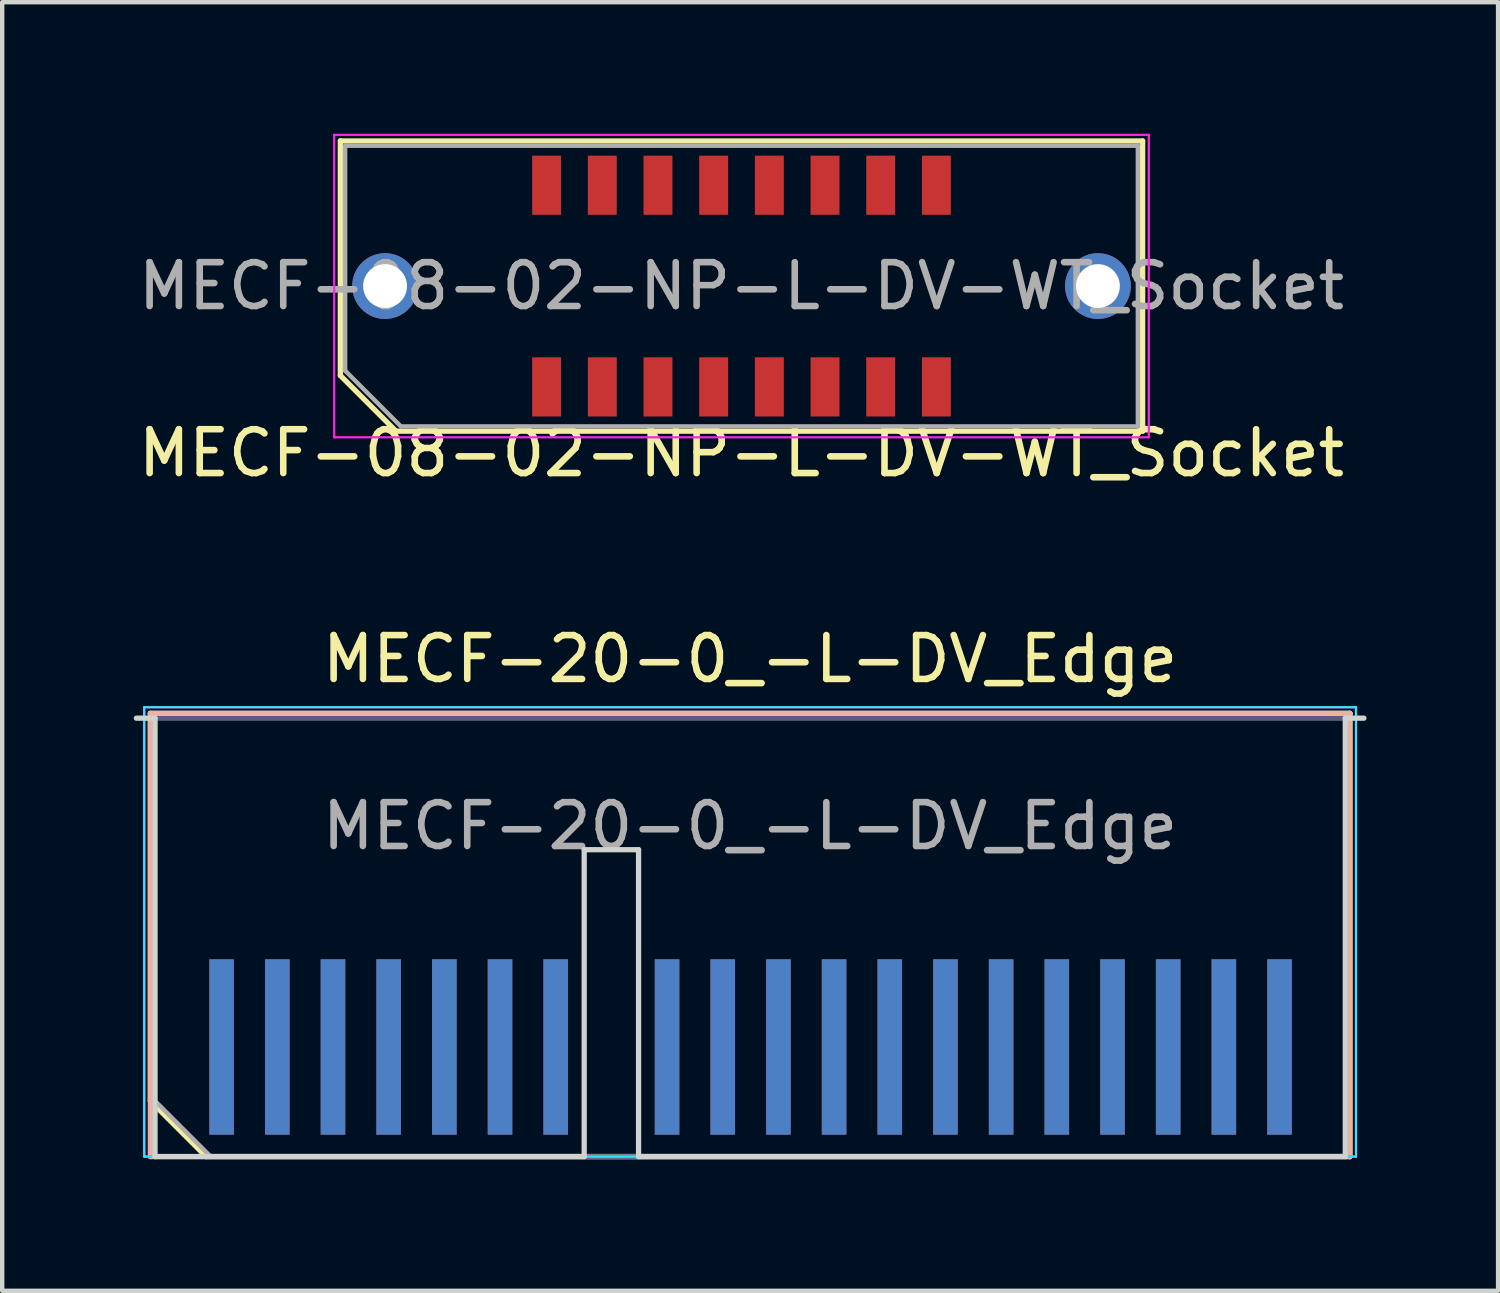
<source format=kicad_pcb>
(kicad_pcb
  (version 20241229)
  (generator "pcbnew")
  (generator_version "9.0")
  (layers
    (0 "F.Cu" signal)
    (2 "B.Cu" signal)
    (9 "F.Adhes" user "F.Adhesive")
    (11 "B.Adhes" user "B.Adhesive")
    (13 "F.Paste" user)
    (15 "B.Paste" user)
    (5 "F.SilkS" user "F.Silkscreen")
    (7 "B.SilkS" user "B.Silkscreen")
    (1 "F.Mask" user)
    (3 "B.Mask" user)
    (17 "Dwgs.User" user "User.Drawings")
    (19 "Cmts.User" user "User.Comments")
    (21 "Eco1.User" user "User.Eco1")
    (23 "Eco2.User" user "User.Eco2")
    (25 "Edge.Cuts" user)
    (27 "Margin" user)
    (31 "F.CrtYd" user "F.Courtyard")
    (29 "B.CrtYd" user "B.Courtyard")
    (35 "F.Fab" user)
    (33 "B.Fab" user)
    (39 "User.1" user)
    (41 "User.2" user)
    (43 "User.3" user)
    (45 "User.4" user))
  (footprint "MECF-08-02-NP-L-DV-WT_Socket"
    (layer "F.Cu")
    (at 13.863 3.475)
    (property "Reference" "MECF-08-02-NP-L-DV-WT_Socket" (at 0 3.81 0) (layer "F.SilkS") (effects (font (size 1 1) (thickness 0.15))))
    (attr smd)
    (fp_line (start -9.15 -3.31) (end 9.15 -3.31) (stroke (width 0.12) (type solid)) (layer "F.SilkS"))
    (fp_line (start -9.15 2.04) (end -9.15 -3.31) (stroke (width 0.12) (type solid)) (layer "F.SilkS"))
    (fp_line (start -7.88 3.31) (end -9.15 2.04) (stroke (width 0.12) (type solid)) (layer "F.SilkS"))
    (fp_line (start -7.88 3.31) (end 9.15 3.31) (stroke (width 0.12) (type solid)) (layer "F.SilkS"))
    (fp_line (start 9.15 3.31) (end 9.15 -3.31) (stroke (width 0.12) (type solid)) (layer "F.SilkS"))
    (fp_line (start -9.29 -3.45) (end -9.29 3.45) (stroke (width 0.05) (type solid)) (layer "F.CrtYd"))
    (fp_line (start -9.29 3.45) (end 9.29 3.45) (stroke (width 0.05) (type solid)) (layer "F.CrtYd"))
    (fp_line (start 9.29 -3.45) (end -9.29 -3.45) (stroke (width 0.05) (type solid)) (layer "F.CrtYd"))
    (fp_line (start 9.29 3.45) (end 9.29 -3.45) (stroke (width 0.05) (type solid)) (layer "F.CrtYd"))
    (fp_line (start -9.04 -3.2) (end 9.04 -3.2) (stroke (width 0.1) (type solid)) (layer "F.Fab"))
    (fp_line (start -9.04 1.93) (end -9.04 -3.2) (stroke (width 0.1) (type solid)) (layer "F.Fab"))
    (fp_line (start -9.04 1.93) (end -7.77 3.2) (stroke (width 0.1) (type solid)) (layer "F.Fab"))
    (fp_line (start -7.77 3.2) (end 9.04 3.2) (stroke (width 0.1) (type solid)) (layer "F.Fab"))
    (fp_line (start 9.04 3.2) (end 9.04 -3.2) (stroke (width 0.1) (type solid)) (layer "F.Fab"))
    (fp_text user "${REFERENCE}" (at 0 0 0) (layer "F.Fab") (effects (font (size 1 1) (thickness 0.15))))
    (pad "" thru_hole circle (at -8.13 0) (size 1.5 1.5) (drill 1) (layers "*.Cu" "*.Mask"))
    (pad "" np_thru_hole circle (at -6.225 0) (size 0.001 0.001) (drill 1.45) (layers "*.Cu" "*.Mask"))
    (pad "" np_thru_hole circle (at 6.225 1) (size 0.001 0.001) (drill 1.45) (layers "*.Cu" "*.Mask"))
    (pad "" thru_hole circle (at 8.13 0) (size 1.5 1.5) (drill 1) (layers "*.Cu" "*.Mask"))
    (pad "1" smd rect (at -4.445 2.3) (size 0.66 1.35) (layers "F.Cu" "F.Mask" "F.Paste"))
    (pad "2" smd rect (at -4.445 -2.3) (size 0.66 1.35) (layers "F.Cu" "F.Mask" "F.Paste"))
    (pad "3" smd rect (at -3.175 2.3) (size 0.66 1.35) (layers "F.Cu" "F.Mask" "F.Paste"))
    (pad "4" smd rect (at -3.175 -2.3) (size 0.66 1.35) (layers "F.Cu" "F.Mask" "F.Paste"))
    (pad "5" smd rect (at -1.905 2.3) (size 0.66 1.35) (layers "F.Cu" "F.Mask" "F.Paste"))
    (pad "6" smd rect (at -1.905 -2.3) (size 0.66 1.35) (layers "F.Cu" "F.Mask" "F.Paste"))
    (pad "7" smd rect (at -0.635 2.3) (size 0.66 1.35) (layers "F.Cu" "F.Mask" "F.Paste"))
    (pad "8" smd rect (at -0.635 -2.3) (size 0.66 1.35) (layers "F.Cu" "F.Mask" "F.Paste"))
    (pad "9" smd rect (at 0.635 2.3) (size 0.66 1.35) (layers "F.Cu" "F.Mask" "F.Paste"))
    (pad "10" smd rect (at 0.635 -2.3) (size 0.66 1.35) (layers "F.Cu" "F.Mask" "F.Paste"))
    (pad "11" smd rect (at 1.905 2.3) (size 0.66 1.35) (layers "F.Cu" "F.Mask" "F.Paste"))
    (pad "12" smd rect (at 1.905 -2.3) (size 0.66 1.35) (layers "F.Cu" "F.Mask" "F.Paste"))
    (pad "13" smd rect (at 3.175 2.3) (size 0.66 1.35) (layers "F.Cu" "F.Mask" "F.Paste"))
    (pad "14" smd rect (at 3.175 -2.3) (size 0.66 1.35) (layers "F.Cu" "F.Mask" "F.Paste"))
    (pad "15" smd rect (at 4.445 2.3) (size 0.66 1.35) (layers "F.Cu" "F.Mask" "F.Paste"))
    (pad "16" smd rect (at 4.445 -2.3) (size 0.66 1.35) (layers "F.Cu" "F.Mask" "F.Paste")))
  (footprint "MECF-20-0_-L-DV_Edge"
    (layer "F.Cu")
    (at 14.06 18.331)
    (property "Reference" "MECF-20-0_-L-DV_Edge" (at 0 -6.35 0) (layer "F.SilkS") (effects (font (size 1 1) (thickness 0.15))))
    (attr exclude_from_pos_files exclude_from_bom)
    (fp_line (start -13.68 -5.11) (end 13.68 -5.11) (stroke (width 0.12) (type solid)) (layer "F.SilkS"))
    (fp_line (start -13.68 3.73) (end -13.68 -5.11) (stroke (width 0.12) (type solid)) (layer "F.SilkS"))
    (fp_line (start -12.41 5) (end -13.68 3.73) (stroke (width 0.12) (type solid)) (layer "F.SilkS"))
    (fp_line (start -12.41 5) (end 13.68 5) (stroke (width 0.12) (type solid)) (layer "F.SilkS"))
    (fp_line (start 13.68 5) (end 13.68 -5.11) (stroke (width 0.12) (type solid)) (layer "F.SilkS"))
    (fp_line (start -13.68 -5.11) (end 13.68 -5.11) (stroke (width 0.12) (type solid)) (layer "B.SilkS"))
    (fp_line (start -13.68 5) (end -13.68 -5.11) (stroke (width 0.12) (type solid)) (layer "B.SilkS"))
    (fp_line (start -13.68 5) (end 13.68 5) (stroke (width 0.12) (type solid)) (layer "B.SilkS"))
    (fp_line (start 13.68 5) (end 13.68 -5.11) (stroke (width 0.12) (type solid)) (layer "B.SilkS"))
    (fp_line (start -14 -5) (end -13.575 -5) (stroke (width 0.12) (type solid)) (layer "Edge.Cuts"))
    (fp_line (start -13.575 5) (end -13.575 -5) (stroke (width 0.12) (type solid)) (layer "Edge.Cuts"))
    (fp_line (start -13.575 5) (end -3.785 5) (stroke (width 0.12) (type solid)) (layer "Edge.Cuts"))
    (fp_line (start -3.785 -2) (end -2.545 -2) (stroke (width 0.12) (type solid)) (layer "Edge.Cuts"))
    (fp_line (start -3.785 5) (end -3.785 -2) (stroke (width 0.12) (type solid)) (layer "Edge.Cuts"))
    (fp_line (start -2.545 5) (end -2.545 -2) (stroke (width 0.12) (type solid)) (layer "Edge.Cuts"))
    (fp_line (start -2.545 5) (end 13.575 5) (stroke (width 0.12) (type solid)) (layer "Edge.Cuts"))
    (fp_line (start 13.575 5) (end 13.575 -5) (stroke (width 0.12) (type solid)) (layer "Edge.Cuts"))
    (fp_line (start 14 -5) (end 13.575 -5) (stroke (width 0.12) (type solid)) (layer "Edge.Cuts"))
    (fp_line (start -13.82 -5.25) (end -13.82 5) (stroke (width 0.05) (type solid)) (layer "B.CrtYd"))
    (fp_line (start -13.82 5) (end 13.82 5) (stroke (width 0.05) (type solid)) (layer "B.CrtYd"))
    (fp_line (start 13.82 -5.25) (end -13.82 -5.25) (stroke (width 0.05) (type solid)) (layer "B.CrtYd"))
    (fp_line (start 13.82 5) (end 13.82 -5.25) (stroke (width 0.05) (type solid)) (layer "B.CrtYd"))
    (fp_line (start -13.82 -5.25) (end -13.82 5) (stroke (width 0.05) (type solid)) (layer "F.CrtYd"))
    (fp_line (start -13.82 5) (end 13.82 5) (stroke (width 0.05) (type solid)) (layer "F.CrtYd"))
    (fp_line (start 13.82 -5.25) (end -13.82 -5.25) (stroke (width 0.05) (type solid)) (layer "F.CrtYd"))
    (fp_line (start 13.82 5) (end 13.82 -5.25) (stroke (width 0.05) (type solid)) (layer "F.CrtYd"))
    (fp_line (start -13.575 -5) (end 13.575 -5) (stroke (width 0.1) (type solid)) (layer "B.Fab"))
    (fp_line (start -13.575 5) (end -13.575 -5) (stroke (width 0.1) (type solid)) (layer "B.Fab"))
    (fp_line (start -13.575 5) (end 13.575 5) (stroke (width 0.1) (type solid)) (layer "B.Fab"))
    (fp_line (start 13.575 5) (end 13.575 -5) (stroke (width 0.1) (type solid)) (layer "B.Fab"))
    (fp_line (start -13.575 -5) (end 13.575 -5) (stroke (width 0.1) (type solid)) (layer "F.Fab"))
    (fp_line (start -13.575 3.73) (end -13.575 -5) (stroke (width 0.1) (type solid)) (layer "F.Fab"))
    (fp_line (start -13.575 3.73) (end -12.305 5) (stroke (width 0.1) (type solid)) (layer "F.Fab"))
    (fp_line (start -12.305 5) (end 13.575 5) (stroke (width 0.1) (type solid)) (layer "F.Fab"))
    (fp_line (start 13.575 5) (end 13.575 -5) (stroke (width 0.1) (type solid)) (layer "F.Fab"))
    (fp_text user "${REFERENCE}" (at 0 -2.54 0) (layer "F.Fab") (effects (font (size 1 1) (thickness 0.15))))
    (pad "1" smd rect (at -12.055 2.5) (size 0.56 4) (layers "F.Cu" "F.Mask" "F.Paste"))
    (pad "2" smd rect (at -12.055 2.5) (size 0.56 4) (layers "B.Cu" "B.Mask" "B.Paste"))
    (pad "3" smd rect (at -10.785 2.5) (size 0.56 4) (layers "F.Cu" "F.Mask" "F.Paste"))
    (pad "4" smd rect (at -10.785 2.5) (size 0.56 4) (layers "B.Cu" "B.Mask" "B.Paste"))
    (pad "5" smd rect (at -9.515 2.5) (size 0.56 4) (layers "F.Cu" "F.Mask" "F.Paste"))
    (pad "6" smd rect (at -9.515 2.5) (size 0.56 4) (layers "B.Cu" "B.Mask" "B.Paste"))
    (pad "7" smd rect (at -8.245 2.5) (size 0.56 4) (layers "F.Cu" "F.Mask" "F.Paste"))
    (pad "8" smd rect (at -8.245 2.5) (size 0.56 4) (layers "B.Cu" "B.Mask" "B.Paste"))
    (pad "9" smd rect (at -6.975 2.5) (size 0.56 4) (layers "F.Cu" "F.Mask" "F.Paste"))
    (pad "10" smd rect (at -6.975 2.5) (size 0.56 4) (layers "B.Cu" "B.Mask" "B.Paste"))
    (pad "11" smd rect (at -5.705 2.5) (size 0.56 4) (layers "F.Cu" "F.Mask" "F.Paste"))
    (pad "12" smd rect (at -5.705 2.5) (size 0.56 4) (layers "B.Cu" "B.Mask" "B.Paste"))
    (pad "13" smd rect (at -4.435 2.5) (size 0.56 4) (layers "F.Cu" "F.Mask" "F.Paste"))
    (pad "14" smd rect (at -4.435 2.5) (size 0.56 4) (layers "B.Cu" "B.Mask" "B.Paste"))
    (pad "17" smd rect (at -1.895 2.5) (size 0.56 4) (layers "F.Cu" "F.Mask" "F.Paste"))
    (pad "18" smd rect (at -1.895 2.5) (size 0.56 4) (layers "B.Cu" "B.Mask" "B.Paste"))
    (pad "19" smd rect (at -0.625 2.5) (size 0.56 4) (layers "F.Cu" "F.Mask" "F.Paste"))
    (pad "20" smd rect (at -0.625 2.5) (size 0.56 4) (layers "B.Cu" "B.Mask" "B.Paste"))
    (pad "21" smd rect (at 0.645 2.5) (size 0.56 4) (layers "F.Cu" "F.Mask" "F.Paste"))
    (pad "22" smd rect (at 0.645 2.5) (size 0.56 4) (layers "B.Cu" "B.Mask" "B.Paste"))
    (pad "23" smd rect (at 1.915 2.5) (size 0.56 4) (layers "F.Cu" "F.Mask" "F.Paste"))
    (pad "24" smd rect (at 1.915 2.5) (size 0.56 4) (layers "B.Cu" "B.Mask" "B.Paste"))
    (pad "25" smd rect (at 3.185 2.5) (size 0.56 4) (layers "F.Cu" "F.Mask" "F.Paste"))
    (pad "26" smd rect (at 3.185 2.5) (size 0.56 4) (layers "B.Cu" "B.Mask" "B.Paste"))
    (pad "27" smd rect (at 4.455 2.5) (size 0.56 4) (layers "F.Cu" "F.Mask" "F.Paste"))
    (pad "28" smd rect (at 4.455 2.5) (size 0.56 4) (layers "B.Cu" "B.Mask" "B.Paste"))
    (pad "29" smd rect (at 5.725 2.5) (size 0.56 4) (layers "F.Cu" "F.Mask" "F.Paste"))
    (pad "30" smd rect (at 5.725 2.5) (size 0.56 4) (layers "B.Cu" "B.Mask" "B.Paste"))
    (pad "31" smd rect (at 6.995 2.5) (size 0.56 4) (layers "F.Cu" "F.Mask" "F.Paste"))
    (pad "32" smd rect (at 6.995 2.5) (size 0.56 4) (layers "B.Cu" "B.Mask" "B.Paste"))
    (pad "33" smd rect (at 8.265 2.5) (size 0.56 4) (layers "F.Cu" "F.Mask" "F.Paste"))
    (pad "34" smd rect (at 8.265 2.5) (size 0.56 4) (layers "B.Cu" "B.Mask" "B.Paste"))
    (pad "35" smd rect (at 9.535 2.5) (size 0.56 4) (layers "F.Cu" "F.Mask" "F.Paste"))
    (pad "36" smd rect (at 9.535 2.5) (size 0.56 4) (layers "B.Cu" "B.Mask" "B.Paste"))
    (pad "37" smd rect (at 10.805 2.5) (size 0.56 4) (layers "F.Cu" "F.Mask" "F.Paste"))
    (pad "38" smd rect (at 10.805 2.5) (size 0.56 4) (layers "B.Cu" "B.Mask" "B.Paste"))
    (pad "39" smd rect (at 12.075 2.5) (size 0.56 4) (layers "F.Cu" "F.Mask" "F.Paste"))
    (pad "40" smd rect (at 12.075 2.5) (size 0.56 4) (layers "B.Cu" "B.Mask" "B.Paste")))
  (gr_rect
    (start -3 -3)
    (end 31.12 26.392)
    (stroke (width 0.1) (type default))
    (fill no)
    (layer "Edge.Cuts")))
</source>
